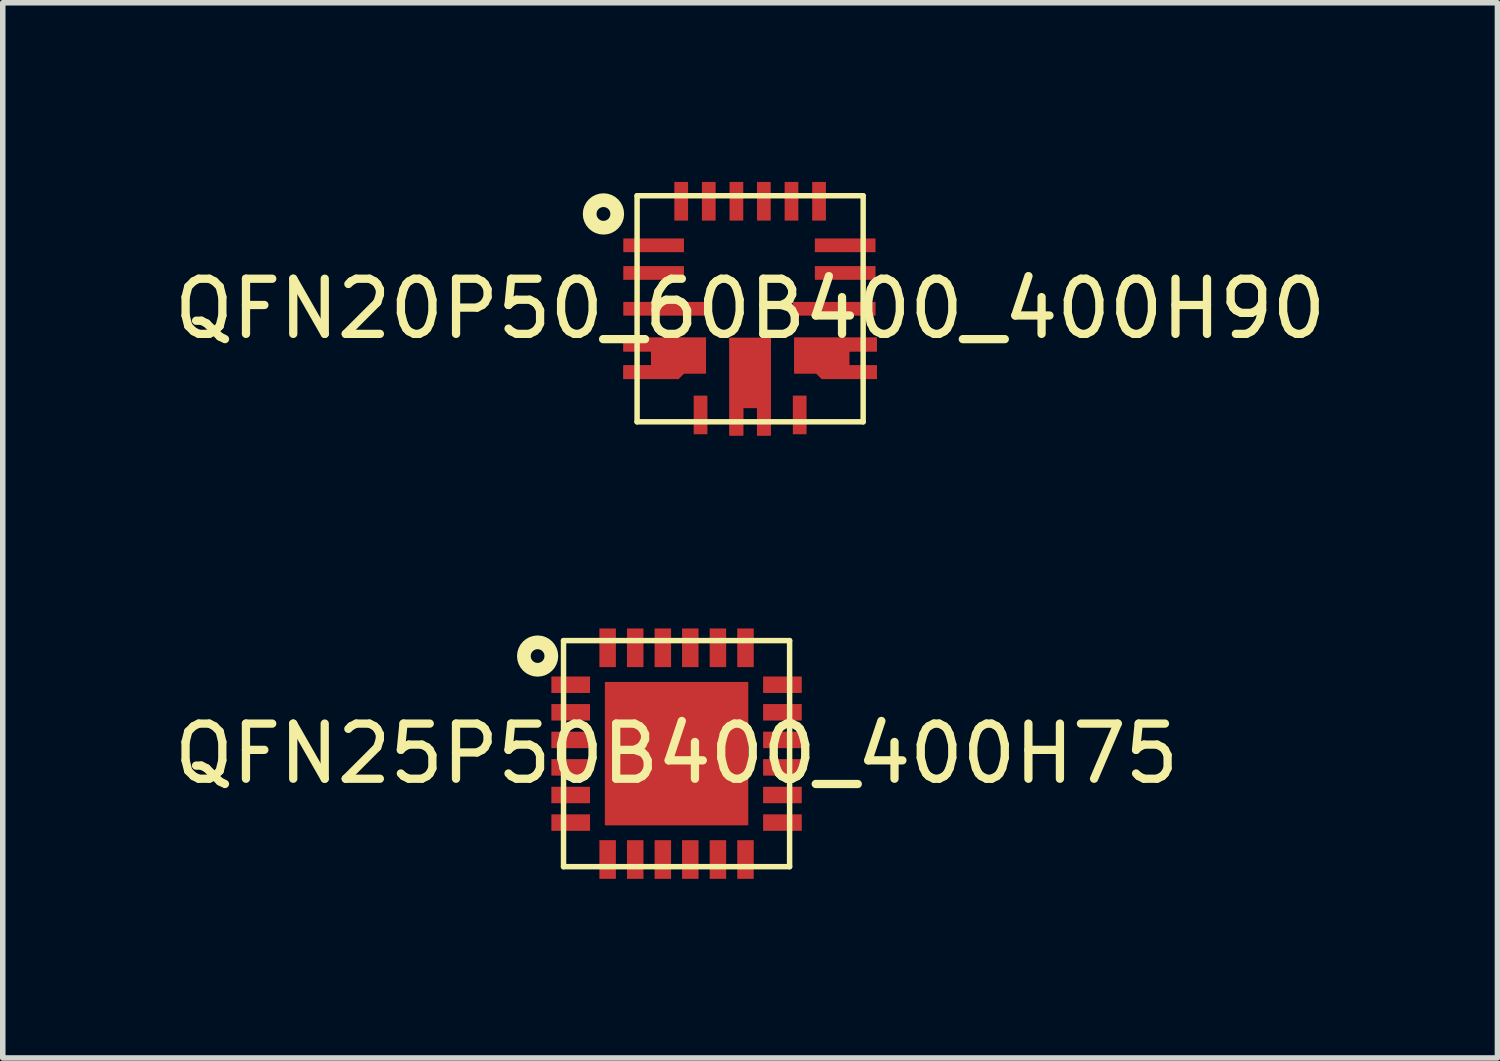
<source format=kicad_pcb>
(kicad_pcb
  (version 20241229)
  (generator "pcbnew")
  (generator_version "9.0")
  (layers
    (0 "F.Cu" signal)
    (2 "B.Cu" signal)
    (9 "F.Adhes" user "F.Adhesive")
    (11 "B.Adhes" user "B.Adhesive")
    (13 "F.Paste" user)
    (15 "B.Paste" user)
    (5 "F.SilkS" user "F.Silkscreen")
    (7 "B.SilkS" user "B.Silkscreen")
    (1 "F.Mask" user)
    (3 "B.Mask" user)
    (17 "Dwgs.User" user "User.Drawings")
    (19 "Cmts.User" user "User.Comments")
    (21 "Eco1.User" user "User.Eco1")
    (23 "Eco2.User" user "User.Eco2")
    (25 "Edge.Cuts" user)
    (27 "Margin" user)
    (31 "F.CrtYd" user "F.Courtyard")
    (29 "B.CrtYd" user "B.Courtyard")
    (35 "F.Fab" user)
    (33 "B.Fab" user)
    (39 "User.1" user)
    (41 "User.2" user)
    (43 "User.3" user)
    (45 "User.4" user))
  (footprint "QFN20P50_60B400_400H90"
    (layer "F.Cu")
    (at 10.554 2.55)
    (property "Reference" "QFN20P50_60B400_400H90" (at 0 0 0) (layer "F.SilkS") (effects (font (size 1 1) (thickness 0.15))))
    (fp_poly (pts (xy -2.299 0.523) (xy -0.8 0.523) (xy -0.8 1.173) (xy -1.199 1.173) (xy -1.3 1.275) (xy -2.299 1.275) (xy -2.299 1.024) (xy -1.798 1.024) (xy -1.798 0.774) (xy -2.299 0.774)) (stroke (width 0) (type default)) (fill yes) (layer "F.Cu"))
    (fp_poly (pts (xy -2.299 0.523) (xy -0.8 0.523) (xy -0.8 1.173) (xy -1.199 1.173) (xy -1.3 1.275) (xy -2.299 1.275) (xy -2.299 1.024) (xy -1.798 1.024) (xy -1.798 0.774) (xy -2.299 0.774)) (stroke (width 0) (type default)) (fill yes) (layer "F.Cu"))
    (fp_poly (pts (xy -0.376 2.299) (xy -0.124 2.299) (xy -0.124 1.801) (xy 0.124 1.801) (xy 0.124 2.299) (xy 0.376 2.299) (xy 0.376 0.8) (xy 0.376 0.526) (xy -0.376 0.526) (xy -0.376 0.8)) (stroke (width 0) (type default)) (fill yes) (layer "F.Cu"))
    (fp_poly (pts (xy -0.376 2.299) (xy -0.124 2.299) (xy -0.124 1.801) (xy 0.124 1.801) (xy 0.124 2.299) (xy 0.376 2.299) (xy 0.376 0.8) (xy 0.376 0.526) (xy -0.376 0.526) (xy -0.376 0.8)) (stroke (width 0) (type default)) (fill yes) (layer "F.Cu"))
    (fp_poly (pts (xy 2.299 0.523) (xy 0.8 0.523) (xy 0.8 1.173) (xy 1.199 1.173) (xy 1.3 1.275) (xy 2.299 1.275) (xy 2.299 1.024) (xy 1.798 1.024) (xy 1.798 0.774) (xy 2.299 0.774)) (stroke (width 0) (type default)) (fill yes) (layer "F.Cu"))
    (fp_poly (pts (xy 2.299 0.523) (xy 0.8 0.523) (xy 0.8 1.173) (xy 1.199 1.173) (xy 1.3 1.275) (xy 2.299 1.275) (xy 2.299 1.024) (xy 1.798 1.024) (xy 1.798 0.774) (xy 2.299 0.774)) (stroke (width 0) (type default)) (fill yes) (layer "F.Cu"))
    (fp_poly (pts (xy -2.349 0.475) (xy -0.75 0.475) (xy -0.75 1.224) (xy -1.179 1.224) (xy -1.278 1.323) (xy -2.349 1.323) (xy -2.349 0.976) (xy -1.849 0.976) (xy -1.849 0.823) (xy -2.349 0.823)) (stroke (width 0) (type default)) (fill yes) (layer "F.Mask"))
    (fp_poly (pts (xy -2.349 0.475) (xy -0.75 0.475) (xy -0.75 1.224) (xy -1.179 1.224) (xy -1.278 1.323) (xy -2.349 1.323) (xy -2.349 0.976) (xy -1.849 0.976) (xy -1.849 0.823) (xy -2.349 0.823)) (stroke (width 0) (type default)) (fill yes) (layer "F.Mask"))
    (fp_poly (pts (xy -0.424 2.349) (xy -0.424 0.75) (xy -0.424 0.475) (xy 0.424 0.475) (xy 0.424 0.75) (xy 0.424 2.349) (xy 0.076 2.349) (xy 0.076 1.849) (xy -0.076 1.849) (xy -0.076 2.349)) (stroke (width 0) (type default)) (fill yes) (layer "F.Mask"))
    (fp_poly (pts (xy -0.424 2.349) (xy -0.424 0.75) (xy -0.424 0.475) (xy 0.424 0.475) (xy 0.424 0.75) (xy 0.424 2.349) (xy 0.076 2.349) (xy 0.076 1.849) (xy -0.076 1.849) (xy -0.076 2.349)) (stroke (width 0) (type default)) (fill yes) (layer "F.Mask"))
    (fp_poly (pts (xy 2.349 1.323) (xy 1.278 1.323) (xy 1.179 1.224) (xy 0.75 1.224) (xy 0.75 0.475) (xy 2.349 0.475) (xy 2.349 0.823) (xy 1.849 0.823) (xy 1.849 0.976) (xy 2.349 0.976)) (stroke (width 0) (type default)) (fill yes) (layer "F.Mask"))
    (fp_poly (pts (xy 2.349 1.323) (xy 1.278 1.323) (xy 1.179 1.224) (xy 0.75 1.224) (xy 0.75 0.475) (xy 2.349 0.475) (xy 2.349 0.823) (xy 1.849 0.823) (xy 1.849 0.976) (xy 2.349 0.976)) (stroke (width 0) (type default)) (fill yes) (layer "F.Mask"))
    (fp_line (start -2.05 -2.05) (end 2.05 -2.05) (stroke (width 0.099) (type default)) (layer "F.SilkS"))
    (fp_line (start -2.05 2.05) (end -2.05 -2.05) (stroke (width 0.099) (type default)) (layer "F.SilkS"))
    (fp_line (start -2.05 2.05) (end 2.05 2.05) (stroke (width 0.099) (type default)) (layer "F.SilkS"))
    (fp_line (start 2.05 2.05) (end 2.05 -2.05) (stroke (width 0.099) (type default)) (layer "F.SilkS"))
    (fp_circle (center -2.66 -1.72) (end -2.41 -1.72) (stroke (width 0.249) (type default)) (fill no) (layer "F.SilkS"))
    (fp_poly (pts (xy -2.401 0.523) (xy -0.899 0.523) (xy -0.899 1.173) (xy -1.3 1.173) (xy -1.399 1.275) (xy -2.401 1.275) (xy -2.401 1.024) (xy -1.9 1.024) (xy -1.9 0.774) (xy -2.401 0.774)) (stroke (width 0) (type default)) (fill yes) (layer "F.Paste"))
    (fp_poly (pts (xy -2.401 0.523) (xy -0.899 0.523) (xy -0.899 1.173) (xy -1.3 1.173) (xy -1.399 1.275) (xy -2.401 1.275) (xy -2.401 1.024) (xy -1.9 1.024) (xy -1.9 0.774) (xy -2.401 0.774)) (stroke (width 0) (type default)) (fill yes) (layer "F.Paste"))
    (fp_poly (pts (xy -0.376 2.401) (xy -0.124 2.401) (xy -0.124 1.9) (xy 0.124 1.9) (xy 0.124 2.401) (xy 0.376 2.401) (xy 0.376 0.899) (xy 0.376 0.625) (xy -0.376 0.625) (xy -0.376 0.899)) (stroke (width 0) (type default)) (fill yes) (layer "F.Paste"))
    (fp_poly (pts (xy -0.376 2.401) (xy -0.124 2.401) (xy -0.124 1.9) (xy 0.124 1.9) (xy 0.124 2.401) (xy 0.376 2.401) (xy 0.376 0.899) (xy 0.376 0.625) (xy -0.376 0.625) (xy -0.376 0.899)) (stroke (width 0) (type default)) (fill yes) (layer "F.Paste"))
    (fp_poly (pts (xy 2.401 0.523) (xy 0.899 0.523) (xy 0.899 1.173) (xy 1.3 1.173) (xy 1.399 1.275) (xy 2.401 1.275) (xy 2.401 1.024) (xy 1.9 1.024) (xy 1.9 0.774) (xy 2.401 0.774)) (stroke (width 0) (type default)) (fill yes) (layer "F.Paste"))
    (fp_poly (pts (xy 2.401 0.523) (xy 0.899 0.523) (xy 0.899 1.173) (xy 1.3 1.173) (xy 1.399 1.275) (xy 2.401 1.275) (xy 2.401 1.024) (xy 1.9 1.024) (xy 1.9 0.774) (xy 2.401 0.774)) (stroke (width 0) (type default)) (fill yes) (layer "F.Paste"))
    (fp_line (start -2.499 -2.499) (end 2.499 -2.499) (stroke (width 0.025) (type default)) (layer "User.1"))
    (fp_line (start -2.499 2.499) (end -2.499 -2.499) (stroke (width 0.025) (type default)) (layer "User.1"))
    (fp_line (start -2.499 2.499) (end 2.499 2.499) (stroke (width 0.025) (type default)) (layer "User.1"))
    (fp_line (start 2.499 2.499) (end 2.499 -2.499) (stroke (width 0.025) (type default)) (layer "User.1"))
    (fp_poly (pts (xy 2.05 2.05) (xy 2.05 -2.05) (xy -2.05 -2.05) (xy -2.05 2.05)) (stroke (width 0.1) (type default)) (fill no) (layer "User.1"))
    (fp_poly (pts (xy 2.05 2.05) (xy 2.05 -2.05) (xy -2.05 -2.05) (xy -2.05 2.05)) (stroke (width 0.1) (type default)) (fill no) (layer "User.1"))
    (fp_poly (pts (xy 2.499 2.499) (xy 2.499 -2.499) (xy -2.111 -2.499) (xy -2.111 -2.091) (xy 2.111 -2.091) (xy 2.111 2.1) (xy -2.131 2.1) (xy -2.131 -2.499) (xy -2.499 -2.499) (xy -2.499 2.499)) (stroke (width 0.1) (type default)) (fill no) (layer "User.1"))
    (fp_poly (pts (xy 2.499 2.499) (xy 2.499 -2.499) (xy -2.111 -2.499) (xy -2.111 -2.091) (xy 2.111 -2.091) (xy 2.111 2.1) (xy -2.131 2.1) (xy -2.131 -2.499) (xy -2.499 -2.499) (xy -2.499 2.499)) (stroke (width 0.1) (type default)) (fill no) (layer "User.1"))
    (pad "1" smd rect (at -1.75 -1.151) (size 1.1 0.249) (layers "F.Cu" "F.Mask" "F.Paste"))
    (pad "2" smd rect (at -1.75 -0.65) (size 1.1 0.249) (layers "F.Cu" "F.Mask" "F.Paste"))
    (pad "3" smd rect (at -1.55 0) (size 1.501 0.249) (layers "F.Cu" "F.Mask" "F.Paste"))
    (pad "4" smd circle (at -1.55 0.899) (size 0.249 0.249) (layers "F.Cu" "F.Mask" "F.Paste"))
    (pad "5" smd custom (at -1.55 0.899) (size 0.000001 0.000001) (layers "F.Cu" "F.Mask" "F.Paste") (options (anchor circle)) (primitives (gr_poly (pts (xy -0.006 -0.013) (xy 0.006 -0.013) (xy 0.013 -0.006) (xy 0.013 0.006) (xy 0.006 0.013) (xy -0.006 0.013) (xy -0.013 0.006) (xy -0.013 -0.006)) (width 0) (fill yes))))
    (pad "6" smd rect (at -0.899 1.925) (size 0.249 0.701) (layers "F.Cu" "F.Mask" "F.Paste"))
    (pad "7" smd custom (at 0 1.412) (size 0.000001 0.000001) (layers "F.Cu" "F.Mask" "F.Paste") (options (anchor circle)) (primitives (gr_poly (pts (xy -0.006 -0.013) (xy 0.006 -0.013) (xy 0.013 -0.006) (xy 0.013 0.006) (xy 0.006 0.013) (xy -0.006 0.013) (xy -0.013 0.006) (xy -0.013 -0.006)) (width 0) (fill yes))))
    (pad "8" smd circle (at 0 1.412) (size 0.249 0.249) (layers "F.Cu" "F.Mask" "F.Paste"))
    (pad "9" smd rect (at 0.899 1.925) (size 0.249 0.701) (layers "F.Cu" "F.Mask" "F.Paste"))
    (pad "10" smd circle (at 1.55 0.899) (size 0.249 0.249) (layers "F.Cu" "F.Mask" "F.Paste"))
    (pad "11" smd custom (at 1.55 0.899) (size 0.000001 0.000001) (layers "F.Cu" "F.Mask" "F.Paste") (options (anchor circle)) (primitives (gr_poly (pts (xy -0.006 -0.013) (xy 0.006 -0.013) (xy 0.013 -0.006) (xy 0.013 0.006) (xy 0.006 0.013) (xy -0.006 0.013) (xy -0.013 0.006) (xy -0.013 -0.006)) (width 0) (fill yes))))
    (pad "12" smd rect (at 1.524 0) (size 1.501 0.249) (layers "F.Cu" "F.Mask" "F.Paste"))
    (pad "13" smd rect (at 1.724 -0.65) (size 1.1 0.249) (layers "F.Cu" "F.Mask" "F.Paste"))
    (pad "14" smd rect (at 1.724 -1.151) (size 1.1 0.249) (layers "F.Cu" "F.Mask" "F.Paste"))
    (pad "15" smd rect (at 1.25 -1.95) (size 0.249 0.701) (layers "F.Cu" "F.Mask" "F.Paste"))
    (pad "16" smd rect (at 0.75 -1.95) (size 0.249 0.701) (layers "F.Cu" "F.Mask" "F.Paste"))
    (pad "17" smd rect (at 0.249 -1.95) (size 0.249 0.701) (layers "F.Cu" "F.Mask" "F.Paste"))
    (pad "18" smd rect (at -0.249 -1.95) (size 0.249 0.701) (layers "F.Cu" "F.Mask" "F.Paste"))
    (pad "19" smd rect (at -0.75 -1.95) (size 0.249 0.701) (layers "F.Cu" "F.Mask" "F.Paste"))
    (pad "20" smd rect (at -1.25 -1.95) (size 0.249 0.701) (layers "F.Cu" "F.Mask" "F.Paste")))
  (footprint "QFN25P50B400_400H75"
    (layer "F.Cu")
    (at 9.22 10.618)
    (property "Reference" "QFN25P50B400_400H75" (at 0 0 0) (layer "F.SilkS") (effects (font (size 1 1) (thickness 0.15))))
    (fp_line (start -2.05 -2.05) (end -2.05 2.05) (stroke (width 0.099) (type default)) (layer "F.SilkS"))
    (fp_line (start -2.05 -2.05) (end 2.05 -2.05) (stroke (width 0.099) (type default)) (layer "F.SilkS"))
    (fp_line (start -2.05 2.05) (end 2.05 2.05) (stroke (width 0.099) (type default)) (layer "F.SilkS"))
    (fp_line (start 2.05 -2.05) (end 2.05 2.05) (stroke (width 0.099) (type default)) (layer "F.SilkS"))
    (fp_circle (center -2.52 -1.77) (end -2.271 -1.77) (stroke (width 0.249) (type default)) (fill no) (layer "F.SilkS"))
    (fp_poly (pts (xy 1.1 1.1) (xy 0.099 1.1) (xy 0.099 0.15) (xy -0.051 0.15) (xy -0.051 1.1) (xy -1.1 1.1) (xy -1.1 0.099) (xy 0 0.099) (xy 0 -0.099) (xy -1.1 -0.099) (xy -1.1 -1.1) (xy -0.051 -1.1) (xy -0.051 -0.15) (xy 0.099 -0.15) (xy 0.099 -1.1) (xy 1.1 -1.1) (xy 1.1 -0.099) (xy 0.051 -0.099) (xy 0.051 0.099) (xy 1.1 0.099)) (stroke (width 0) (type default)) (fill yes) (layer "F.Paste"))
    (fp_line (start -2.469 -2.469) (end -2.469 2.469) (stroke (width 0.025) (type default)) (layer "User.1"))
    (fp_line (start -2.469 -2.469) (end 2.469 -2.469) (stroke (width 0.025) (type default)) (layer "User.1"))
    (fp_line (start -2.469 2.469) (end 2.469 2.469) (stroke (width 0.025) (type default)) (layer "User.1"))
    (fp_line (start 2.469 -2.469) (end 2.469 2.469) (stroke (width 0.025) (type default)) (layer "User.1"))
    (fp_poly (pts (xy 2.05 -2.05) (xy -2.05 -2.05) (xy -2.05 2.05) (xy 2.05 2.05)) (stroke (width 0.1) (type default)) (fill no) (layer "User.1"))
    (fp_poly (pts (xy 2.05 -2.05) (xy -2.05 -2.05) (xy -2.05 2.05) (xy 2.05 2.05)) (stroke (width 0.1) (type default)) (fill no) (layer "User.1"))
    (fp_poly (pts (xy 2.469 2.469) (xy 2.469 -2.469) (xy -2.07 -2.469) (xy -2.07 -2.08) (xy 2.1 -2.08) (xy 2.1 2.131) (xy -2.091 2.131) (xy -2.091 -2.469) (xy -2.469 -2.469) (xy -2.469 2.469)) (stroke (width 0.1) (type default)) (fill no) (layer "User.1"))
    (fp_poly (pts (xy 2.469 2.469) (xy 2.469 -2.469) (xy -2.07 -2.469) (xy -2.07 -2.08) (xy 2.1 -2.08) (xy 2.1 2.131) (xy -2.091 2.131) (xy -2.091 -2.469) (xy -2.469 -2.469) (xy -2.469 2.469)) (stroke (width 0.1) (type default)) (fill no) (layer "User.1"))
    (pad "1" smd rect (at -1.92 -1.25 270) (size 0.299 0.701) (layers "F.Cu" "F.Mask" "F.Paste"))
    (pad "2" smd rect (at -1.92 -0.75 270) (size 0.299 0.701) (layers "F.Cu" "F.Mask" "F.Paste"))
    (pad "3" smd rect (at -1.92 -0.249 270) (size 0.299 0.701) (layers "F.Cu" "F.Mask" "F.Paste"))
    (pad "4" smd rect (at -1.92 0.249 270) (size 0.299 0.701) (layers "F.Cu" "F.Mask" "F.Paste"))
    (pad "5" smd rect (at -1.92 0.75 270) (size 0.299 0.701) (layers "F.Cu" "F.Mask" "F.Paste"))
    (pad "6" smd rect (at -1.92 1.25 270) (size 0.299 0.701) (layers "F.Cu" "F.Mask" "F.Paste"))
    (pad "7" smd rect (at -1.25 1.92 270) (size 0.701 0.299) (layers "F.Cu" "F.Mask" "F.Paste"))
    (pad "8" smd rect (at -0.75 1.92 270) (size 0.701 0.299) (layers "F.Cu" "F.Mask" "F.Paste"))
    (pad "9" smd rect (at -0.249 1.92 270) (size 0.701 0.299) (layers "F.Cu" "F.Mask" "F.Paste"))
    (pad "10" smd rect (at 0.249 1.92 270) (size 0.701 0.299) (layers "F.Cu" "F.Mask" "F.Paste"))
    (pad "11" smd rect (at 0.75 1.92 270) (size 0.701 0.299) (layers "F.Cu" "F.Mask" "F.Paste"))
    (pad "12" smd rect (at 1.25 1.92 270) (size 0.701 0.299) (layers "F.Cu" "F.Mask" "F.Paste"))
    (pad "13" smd rect (at 1.92 1.25 270) (size 0.299 0.701) (layers "F.Cu" "F.Mask" "F.Paste"))
    (pad "14" smd rect (at 1.92 0.75 270) (size 0.299 0.701) (layers "F.Cu" "F.Mask" "F.Paste"))
    (pad "15" smd rect (at 1.92 0.249 270) (size 0.299 0.701) (layers "F.Cu" "F.Mask" "F.Paste"))
    (pad "16" smd rect (at 1.92 -0.249 270) (size 0.299 0.701) (layers "F.Cu" "F.Mask" "F.Paste"))
    (pad "17" smd rect (at 1.92 -0.75 270) (size 0.299 0.701) (layers "F.Cu" "F.Mask" "F.Paste"))
    (pad "18" smd rect (at 1.92 -1.25 270) (size 0.299 0.701) (layers "F.Cu" "F.Mask" "F.Paste"))
    (pad "19" smd rect (at 1.25 -1.92 270) (size 0.701 0.299) (layers "F.Cu" "F.Mask" "F.Paste"))
    (pad "20" smd rect (at 0.75 -1.92 270) (size 0.701 0.299) (layers "F.Cu" "F.Mask" "F.Paste"))
    (pad "21" smd rect (at 0.249 -1.92 270) (size 0.701 0.299) (layers "F.Cu" "F.Mask" "F.Paste"))
    (pad "22" smd rect (at -0.249 -1.92 270) (size 0.701 0.299) (layers "F.Cu" "F.Mask" "F.Paste"))
    (pad "23" smd rect (at -0.75 -1.92 270) (size 0.701 0.299) (layers "F.Cu" "F.Mask" "F.Paste"))
    (pad "24" smd rect (at -1.25 -1.92 270) (size 0.701 0.299) (layers "F.Cu" "F.Mask" "F.Paste"))
    (pad "25" smd rect (at 0 0 270) (size 2.601 2.601) (layers "F.Cu" "F.Mask" "F.Paste")))
  (gr_rect
    (start -3 -3)
    (end 24.107 16.137)
    (stroke (width 0.1) (type default))
    (fill no)
    (layer "Edge.Cuts")))
</source>
